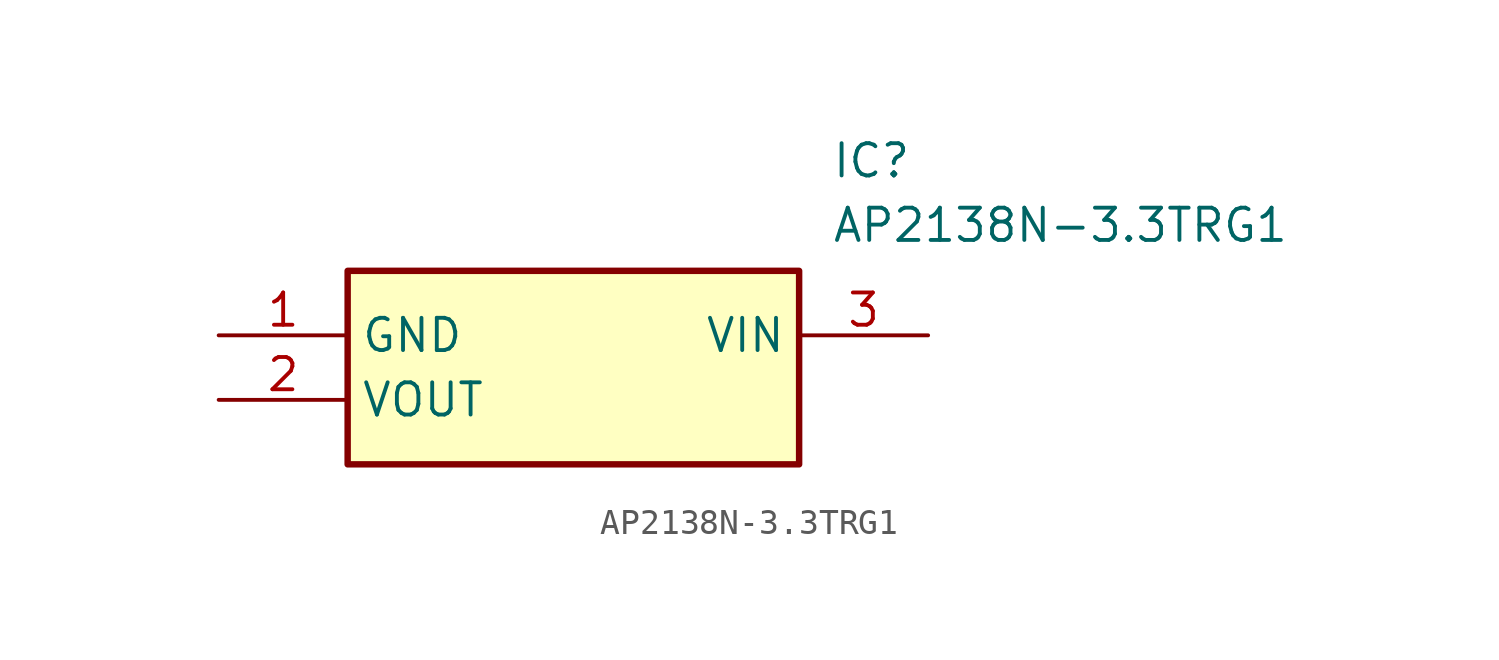
<source format=kicad_sym>
(kicad_symbol_lib
  (version 20211014)
  (generator SamacSys_ECAD_Model)
  (symbol "AP2138N-3.3TRG1"
    (property "Reference" "IC"
      (at 24.13 7.62 0)
      (effects (font (size 1.27 1.27)) (justify left top)))
    (property "Value" "AP2138N-3.3TRG1"
      (at 24.13 5.08 0)
      (effects (font (size 1.27 1.27)) (justify left top)))
    (rectangle
      (start 5.08 2.54)
      (end 22.86 -5.08)
      (stroke (width 0.254) (type default))
      (fill (type background)))
    (pin passive line
      (at 0 0 0)
      (length 5.08)
      (name "GND" (effects (font (size 1.27 1.27))))
      (number "1" (effects (font (size 1.27 1.27)))))
    (pin passive line
      (at 0 -2.54 0)
      (length 5.08)
      (name "VOUT" (effects (font (size 1.27 1.27))))
      (number "2" (effects (font (size 1.27 1.27)))))
    (pin passive line
      (at 27.94 0 180)
      (length 5.08)
      (name "VIN" (effects (font (size 1.27 1.27))))
      (number "3" (effects (font (size 1.27 1.27)))))))
</source>
